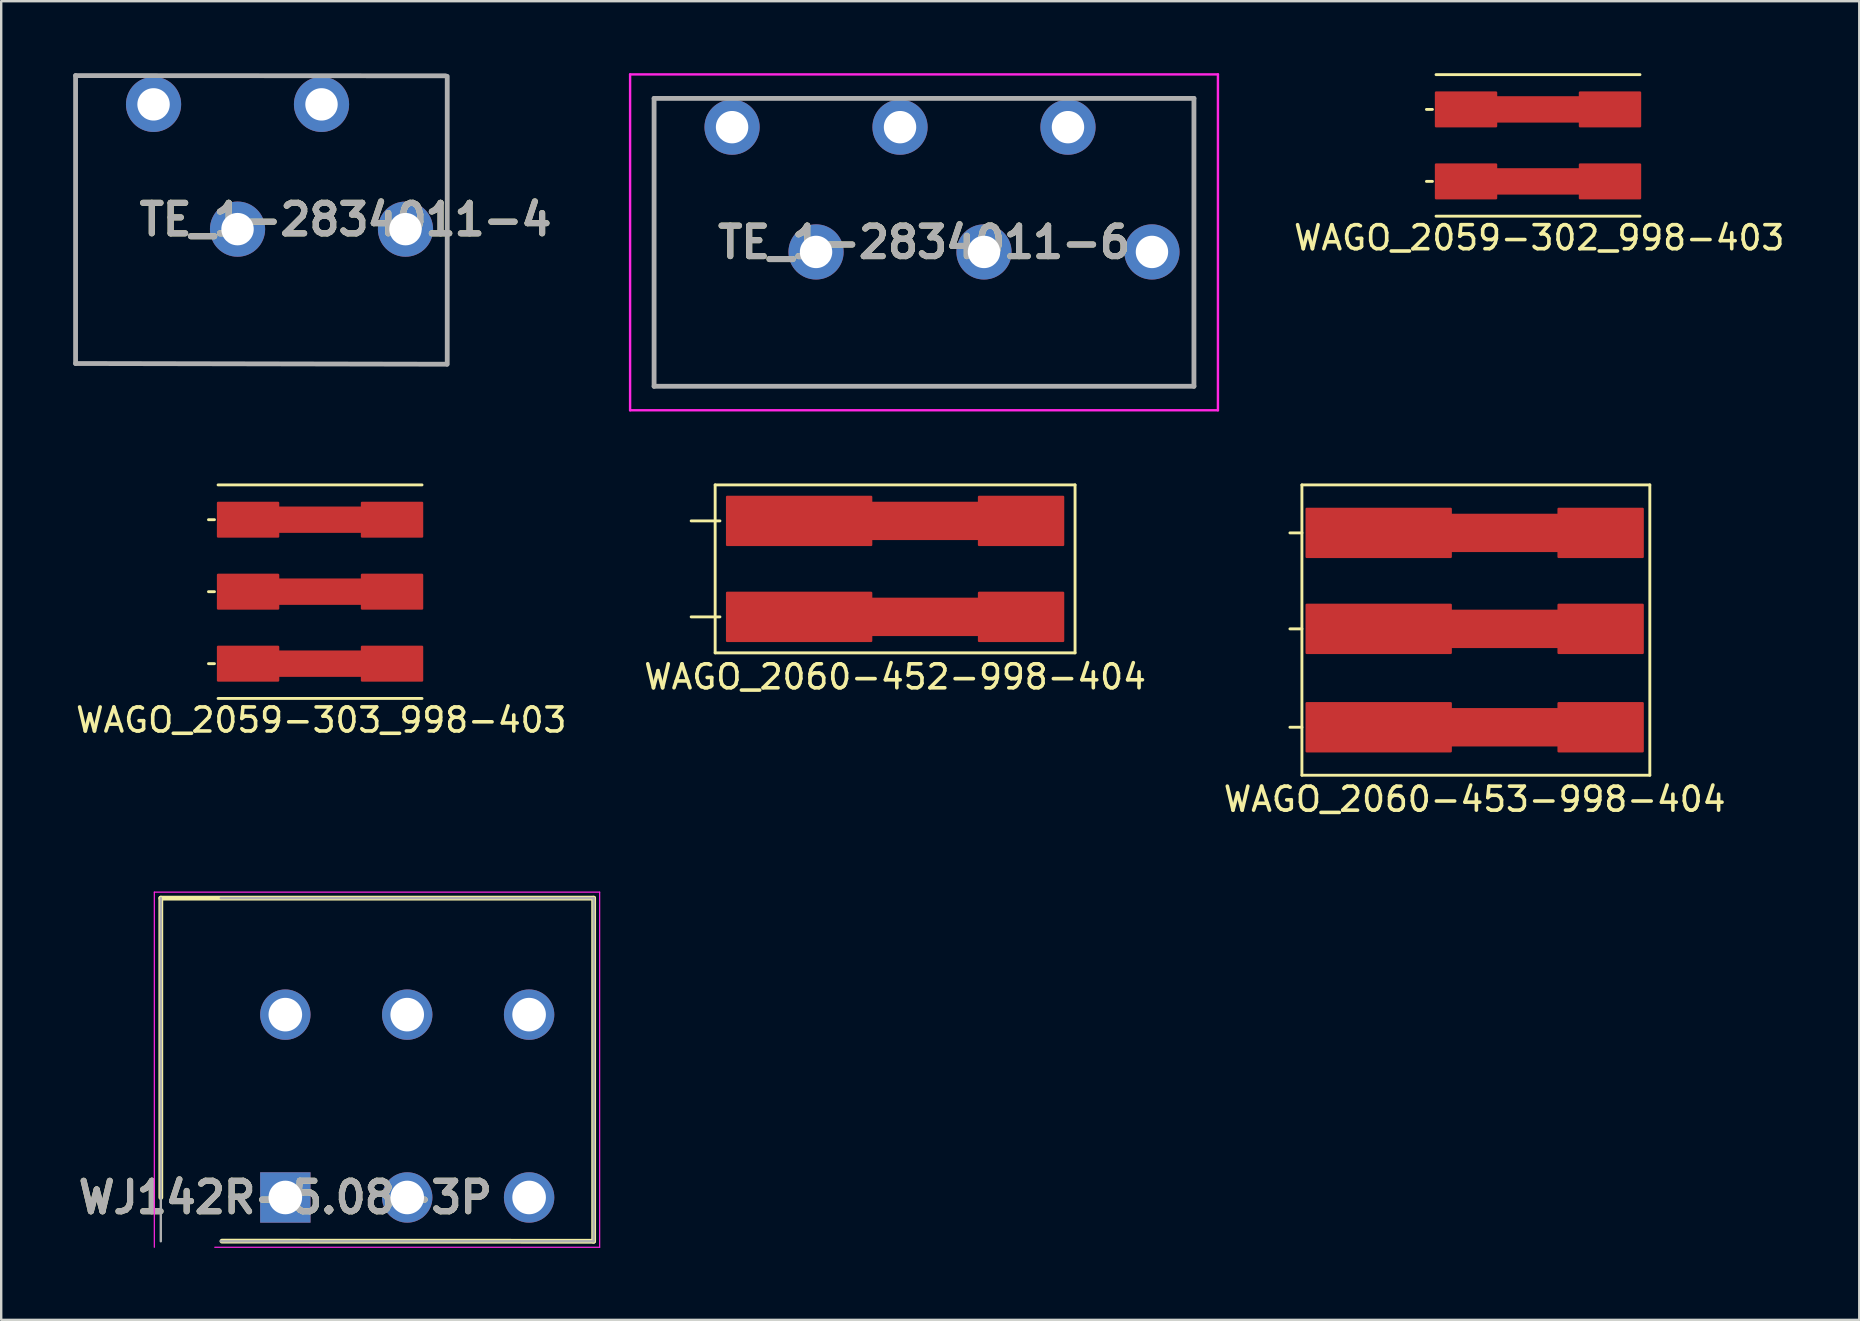
<source format=kicad_pcb>
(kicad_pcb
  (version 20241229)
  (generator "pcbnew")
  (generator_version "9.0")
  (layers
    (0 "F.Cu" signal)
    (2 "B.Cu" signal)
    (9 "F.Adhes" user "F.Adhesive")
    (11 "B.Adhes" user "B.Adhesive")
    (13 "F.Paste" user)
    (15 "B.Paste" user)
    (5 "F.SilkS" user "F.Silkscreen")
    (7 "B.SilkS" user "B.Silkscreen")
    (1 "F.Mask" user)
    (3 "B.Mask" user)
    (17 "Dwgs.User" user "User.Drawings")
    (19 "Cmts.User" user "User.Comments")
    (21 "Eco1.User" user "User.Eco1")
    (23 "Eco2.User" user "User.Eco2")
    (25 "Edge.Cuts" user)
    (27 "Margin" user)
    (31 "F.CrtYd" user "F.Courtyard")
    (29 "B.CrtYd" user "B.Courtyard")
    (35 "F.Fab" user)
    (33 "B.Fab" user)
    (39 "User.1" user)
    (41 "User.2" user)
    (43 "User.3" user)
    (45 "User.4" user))
  (footprint "WJ142R-5.08-3P"
    (layer "F.Cu")
    (at 8.842 46.858)
    (property "Reference" "WJ142R-5.08-3P" (at 0 0 0) (layer "F.SilkS") (effects (font (size 1.27 1.27) (thickness 0.254))))
    (attr through_hole)
    (fp_line (start -5.19 -12.475) (end -5.19 0) (stroke (width 0.2) (type solid)) (layer "F.SilkS"))
    (fp_line (start -2.64 1.82) (end 12.85 1.825) (stroke (width 0.2) (type solid)) (layer "F.SilkS"))
    (fp_line (start 12.85 -12.475) (end -5.19 -12.475) (stroke (width 0.2) (type solid)) (layer "F.SilkS"))
    (fp_line (start 12.85 1.825) (end 12.85 -12.475) (stroke (width 0.2) (type solid)) (layer "F.SilkS"))
    (fp_line (start -5.46 -12.725) (end 13.1 -12.725) (stroke (width 0.05) (type solid)) (layer "F.CrtYd"))
    (fp_line (start -5.46 2.075) (end -5.46 -12.725) (stroke (width 0.05) (type solid)) (layer "F.CrtYd"))
    (fp_line (start 13.1 -12.725) (end 13.1 2.075) (stroke (width 0.05) (type solid)) (layer "F.CrtYd"))
    (fp_line (start 13.1 2.075) (end -2.94 2.075) (stroke (width 0.05) (type solid)) (layer "F.CrtYd"))
    (fp_line (start -5.19 1.825) (end -5.19 -12.475) (stroke (width 0.1) (type solid)) (layer "F.Fab"))
    (fp_line (start -2.69 -12.475) (end 12.85 -12.475) (stroke (width 0.1) (type solid)) (layer "F.Fab"))
    (fp_line (start 12.85 -12.475) (end 12.85 1.825) (stroke (width 0.1) (type solid)) (layer "F.Fab"))
    (fp_line (start 12.85 1.825) (end -2.69 1.825) (stroke (width 0.1) (type solid)) (layer "F.Fab"))
    (fp_text user "${REFERENCE}" (at 0 0 0) (layer "F.Fab") (effects (font (size 1.27 1.27) (thickness 0.254))))
    (pad "1" thru_hole rect (at 0 0) (size 2.1 2.1) (drill 1.4) (layers "*.Cu" "*.Mask"))
    (pad "2" thru_hole circle (at 0 -7.62) (size 2.1 2.1) (drill 1.4) (layers "*.Cu" "*.Mask"))
    (pad "3" thru_hole circle (at 5.08 0) (size 2.1 2.1) (drill 1.4) (layers "*.Cu" "*.Mask"))
    (pad "4" thru_hole circle (at 5.08 -7.62) (size 2.1 2.1) (drill 1.4) (layers "*.Cu" "*.Mask"))
    (pad "5" thru_hole circle (at 10.16 0) (size 2.1 2.1) (drill 1.4) (layers "*.Cu" "*.Mask"))
    (pad "6" thru_hole circle (at 10.16 -7.62) (size 2.1 2.1) (drill 1.4) (layers "*.Cu" "*.Mask")))
  (footprint "TE_1-2834011-4"
    (layer "F.Cu")
    (at 3.35 1.3)
    (property "Reference" "TE_1-2834011-4" (at 8 4.8 0) (layer "F.SilkS") (effects (font (size 1.27 1.27) (thickness 0.254))))
    (attr through_hole)
    (fp_line (start -3.25 -1.2) (end 12.23 -1.2) (stroke (width 0.1) (type solid)) (layer "F.SilkS"))
    (fp_line (start -3.25 10.8) (end -3.25 -1.2) (stroke (width 0.1) (type solid)) (layer "F.SilkS"))
    (fp_line (start 12.24 -1.2) (end 12.24 10.8) (stroke (width 0.1) (type solid)) (layer "F.SilkS"))
    (fp_line (start 12.24 10.79) (end -3.25 10.8) (stroke (width 0.1) (type solid)) (layer "F.SilkS"))
    (fp_line (start -3.25 -1.2) (end 12.17 -1.19) (stroke (width 0.2) (type solid)) (layer "F.Fab"))
    (fp_line (start -3.25 10.8) (end -3.25 -1.2) (stroke (width 0.2) (type solid)) (layer "F.Fab"))
    (fp_line (start 12.22 10.83) (end -3.25 10.8) (stroke (width 0.2) (type solid)) (layer "F.Fab"))
    (fp_line (start 12.24 -1.17) (end 12.24 10.83) (stroke (width 0.2) (type solid)) (layer "F.Fab"))
    (fp_text user "${REFERENCE}" (at 8 4.8 0) (layer "F.Fab") (effects (font (size 1.27 1.27) (thickness 0.254))))
    (pad "1" thru_hole circle (at 0 0) (size 2.3 2.3) (drill 1.35) (layers "*.Cu" "*.Mask"))
    (pad "2" thru_hole circle (at 3.5 5.2) (size 2.3 2.3) (drill 1.35) (layers "*.Cu" "*.Mask"))
    (pad "3" thru_hole circle (at 7 0) (size 2.3 2.3) (drill 1.35) (layers "*.Cu" "*.Mask"))
    (pad "4" thru_hole circle (at 10.5 5.2) (size 2.3 2.3) (drill 1.35) (layers "*.Cu" "*.Mask")))
  (footprint "WAGO_2060-453-998-404"
    (layer "F.Cu")
    (at 58.411 23.16)
    (property "Reference" "WAGO_2060-453-998-404" (at 0 7.1 0) (layer "F.SilkS") (effects (font (size 1 1) (thickness 0.15))))
    (attr smd)
    (fp_poly (pts (xy -7 -3) (xy -7 -5) (xy -1 -5) (xy -1 -3)) (stroke (width 0.1) (type solid)) (fill yes) (layer "F.Cu"))
    (fp_poly (pts (xy -7 -1) (xy -7 1) (xy -1 1) (xy -1 -1)) (stroke (width 0.1) (type solid)) (fill yes) (layer "F.Cu"))
    (fp_poly (pts (xy -7 3.1) (xy -7 5.1) (xy -1 5.1) (xy -1 3.1)) (stroke (width 0.1) (type solid)) (fill yes) (layer "F.Cu"))
    (fp_poly (pts (xy 3.5 -3.25) (xy -1 -3.25) (xy -1 -4.75) (xy 3.5 -4.75)) (stroke (width 0.1) (type solid)) (fill yes) (layer "F.Cu"))
    (fp_poly (pts (xy 3.5 -1) (xy 7 -1) (xy 7 1) (xy 3.5 1)) (stroke (width 0.1) (type solid)) (fill yes) (layer "F.Cu"))
    (fp_poly (pts (xy 3.5 -0.75) (xy -1 -0.75) (xy -1 0.75) (xy 3.5 0.75)) (stroke (width 0.1) (type solid)) (fill yes) (layer "F.Cu"))
    (fp_poly (pts (xy 3.5 3.1) (xy 7 3.1) (xy 7 5.1) (xy 3.5 5.1)) (stroke (width 0.1) (type solid)) (fill yes) (layer "F.Cu"))
    (fp_poly (pts (xy 3.5 3.35) (xy -1 3.35) (xy -1 4.85) (xy 3.5 4.85)) (stroke (width 0.1) (type solid)) (fill yes) (layer "F.Cu"))
    (fp_poly (pts (xy 7 -5) (xy 3.5 -5) (xy 3.5 -3) (xy 7 -3)) (stroke (width 0.1) (type solid)) (fill yes) (layer "F.Cu"))
    (fp_poly (pts (xy -7 -3) (xy -7 -5) (xy -1 -5) (xy -1 -3)) (stroke (width 0.1) (type solid)) (fill yes) (layer "F.Mask"))
    (fp_poly (pts (xy -7 -1) (xy -7 1) (xy -1 1) (xy -1 -1)) (stroke (width 0.1) (type solid)) (fill yes) (layer "F.Mask"))
    (fp_poly (pts (xy -7 3.1) (xy -7 5.1) (xy -1 5.1) (xy -1 3.1)) (stroke (width 0.1) (type solid)) (fill yes) (layer "F.Mask"))
    (fp_poly (pts (xy 3.5 -1) (xy 7 -1) (xy 7 1) (xy 3.5 1)) (stroke (width 0.1) (type solid)) (fill yes) (layer "F.Mask"))
    (fp_poly (pts (xy 3.5 3.1) (xy 7 3.1) (xy 7 5.1) (xy 3.5 5.1)) (stroke (width 0.1) (type solid)) (fill yes) (layer "F.Mask"))
    (fp_poly (pts (xy 7 -5) (xy 3.5 -5) (xy 3.5 -3) (xy 7 -3)) (stroke (width 0.1) (type solid)) (fill yes) (layer "F.Mask"))
    (fp_line (start -7.2 -6) (end 7.3 -6) (stroke (width 0.12) (type solid)) (layer "F.SilkS"))
    (fp_line (start -7.2 -4) (end -7.7 -4) (stroke (width 0.12) (type solid)) (layer "F.SilkS"))
    (fp_line (start -7.2 0) (end -7.7 0) (stroke (width 0.12) (type solid)) (layer "F.SilkS"))
    (fp_line (start -7.2 4.1) (end -7.7 4.1) (stroke (width 0.12) (type solid)) (layer "F.SilkS"))
    (fp_line (start -7.2 6.1) (end -7.2 -6) (stroke (width 0.12) (type solid)) (layer "F.SilkS"))
    (fp_line (start 7.3 -6) (end 7.3 6.1) (stroke (width 0.12) (type solid)) (layer "F.SilkS"))
    (fp_line (start 7.3 6.1) (end -7.2 6.1) (stroke (width 0.12) (type solid)) (layer "F.SilkS"))
    (fp_poly (pts (xy -6.8 -4.8) (xy -1.2 -4.8) (xy -1.2 -3.2) (xy -6.8 -3.2)) (stroke (width 0.1) (type solid)) (fill yes) (layer "F.Paste"))
    (fp_poly (pts (xy -6.8 -0.8) (xy -6.8 0.8) (xy -1.2 0.8) (xy -1.2 -0.8)) (stroke (width 0.1) (type solid)) (fill yes) (layer "F.Paste"))
    (fp_poly (pts (xy -6.8 3.3) (xy -6.8 4.9) (xy -1.2 4.9) (xy -1.2 3.3)) (stroke (width 0.1) (type solid)) (fill yes) (layer "F.Paste"))
    (fp_poly (pts (xy 3.7 -0.8) (xy 6.8 -0.8) (xy 6.8 0.8) (xy 3.7 0.8)) (stroke (width 0.1) (type solid)) (fill yes) (layer "F.Paste"))
    (fp_poly (pts (xy 3.7 3.3) (xy 6.8 3.3) (xy 6.8 4.9) (xy 3.7 4.9)) (stroke (width 0.1) (type solid)) (fill yes) (layer "F.Paste"))
    (fp_poly (pts (xy 6.8 -4.8) (xy 3.7 -4.8) (xy 3.7 -3.2) (xy 6.8 -3.2)) (stroke (width 0.1) (type solid)) (fill yes) (layer "F.Paste"))
    (pad "1" smd circle (at 5.25 -4) (size 1.524 1.524) (layers "F.Cu" "F.Mask" "F.Paste"))
    (pad "2" smd circle (at 5.25 0) (size 1.524 1.524) (layers "F.Cu" "F.Mask" "F.Paste"))
    (pad "3" smd circle (at 5.25 4.1) (size 1.524 1.524) (layers "F.Cu" "F.Mask" "F.Paste")))
  (footprint "TE_1-2834011-6"
    (layer "F.Cu")
    (at 27.461 2.25)
    (property "Reference" "TE_1-2834011-6" (at 8 4.8 0) (layer "F.SilkS") (effects (font (size 1.27 1.27) (thickness 0.254))))
    (attr through_hole)
    (fp_line (start -3.25 -1.2) (end 19.25 -1.2) (stroke (width 0.1) (type solid)) (layer "F.SilkS"))
    (fp_line (start -3.25 10.8) (end -3.25 -1.2) (stroke (width 0.1) (type solid)) (layer "F.SilkS"))
    (fp_line (start 19.25 -1.2) (end 19.25 10.8) (stroke (width 0.1) (type solid)) (layer "F.SilkS"))
    (fp_line (start 19.25 10.8) (end -3.25 10.8) (stroke (width 0.1) (type solid)) (layer "F.SilkS"))
    (fp_line (start -4.25 -2.2) (end 20.25 -2.2) (stroke (width 0.1) (type solid)) (layer "F.CrtYd"))
    (fp_line (start -4.25 11.8) (end -4.25 -2.2) (stroke (width 0.1) (type solid)) (layer "F.CrtYd"))
    (fp_line (start 20.25 -2.2) (end 20.25 11.8) (stroke (width 0.1) (type solid)) (layer "F.CrtYd"))
    (fp_line (start 20.25 11.8) (end -4.25 11.8) (stroke (width 0.1) (type solid)) (layer "F.CrtYd"))
    (fp_line (start -3.25 -1.2) (end 19.25 -1.2) (stroke (width 0.2) (type solid)) (layer "F.Fab"))
    (fp_line (start -3.25 10.8) (end -3.25 -1.2) (stroke (width 0.2) (type solid)) (layer "F.Fab"))
    (fp_line (start 19.25 -1.2) (end 19.25 10.8) (stroke (width 0.2) (type solid)) (layer "F.Fab"))
    (fp_line (start 19.25 10.8) (end -3.25 10.8) (stroke (width 0.2) (type solid)) (layer "F.Fab"))
    (fp_text user "${REFERENCE}" (at 8 4.8 0) (layer "F.Fab") (effects (font (size 1.27 1.27) (thickness 0.254))))
    (pad "1" thru_hole circle (at 0 0) (size 2.3 2.3) (drill 1.35) (layers "*.Cu" "*.Mask"))
    (pad "2" thru_hole circle (at 3.5 5.2) (size 2.3 2.3) (drill 1.35) (layers "*.Cu" "*.Mask"))
    (pad "3" thru_hole circle (at 7 0) (size 2.3 2.3) (drill 1.35) (layers "*.Cu" "*.Mask"))
    (pad "4" thru_hole circle (at 10.5 5.2) (size 2.3 2.3) (drill 1.35) (layers "*.Cu" "*.Mask"))
    (pad "5" thru_hole circle (at 14 0) (size 2.3 2.3) (drill 1.35) (layers "*.Cu" "*.Mask"))
    (pad "6" thru_hole circle (at 17.5 5.2) (size 2.3 2.3) (drill 1.35) (layers "*.Cu" "*.Mask")))
  (footprint "WAGO_2060-452-998-404"
    (layer "F.Cu")
    (at 34.256 20.66)
    (property "Reference" "WAGO_2060-452-998-404" (at 0 4.5 0) (layer "F.SilkS") (effects (font (size 1 1) (thickness 0.15))))
    (attr smd)
    (fp_poly (pts (xy -7 -1) (xy -7 -3) (xy -1 -3) (xy -1 -1)) (stroke (width 0.1) (type solid)) (fill yes) (layer "F.Cu"))
    (fp_poly (pts (xy -7 1) (xy -7 3) (xy -1 3) (xy -1 1)) (stroke (width 0.1) (type solid)) (fill yes) (layer "F.Cu"))
    (fp_poly (pts (xy 3.5 -1.25) (xy -1 -1.25) (xy -1 -2.75) (xy 3.5 -2.75)) (stroke (width 0.1) (type solid)) (fill yes) (layer "F.Cu"))
    (fp_poly (pts (xy 3.5 1) (xy 7 1) (xy 7 3) (xy 3.5 3)) (stroke (width 0.1) (type solid)) (fill yes) (layer "F.Cu"))
    (fp_poly (pts (xy 3.5 1.25) (xy -1 1.25) (xy -1 2.75) (xy 3.5 2.75)) (stroke (width 0.1) (type solid)) (fill yes) (layer "F.Cu"))
    (fp_poly (pts (xy 7 -3) (xy 3.5 -3) (xy 3.5 -1) (xy 7 -1)) (stroke (width 0.1) (type solid)) (fill yes) (layer "F.Cu"))
    (fp_poly (pts (xy -7 -1) (xy -7 -3) (xy -1 -3) (xy -1 -1)) (stroke (width 0.1) (type solid)) (fill yes) (layer "F.Mask"))
    (fp_poly (pts (xy -7 1) (xy -7 3) (xy -1 3) (xy -1 1)) (stroke (width 0.1) (type solid)) (fill yes) (layer "F.Mask"))
    (fp_poly (pts (xy 3.5 1) (xy 7 1) (xy 7 3) (xy 3.5 3)) (stroke (width 0.1) (type solid)) (fill yes) (layer "F.Mask"))
    (fp_poly (pts (xy 7 -3) (xy 3.5 -3) (xy 3.5 -1) (xy 7 -1)) (stroke (width 0.1) (type solid)) (fill yes) (layer "F.Mask"))
    (fp_line (start -7.5 -3.5) (end 7.5 -3.5) (stroke (width 0.12) (type solid)) (layer "F.SilkS"))
    (fp_line (start -7.5 3.5) (end -7.5 -3.5) (stroke (width 0.12) (type solid)) (layer "F.SilkS"))
    (fp_line (start -7.3 -2) (end -8.5 -2) (stroke (width 0.12) (type solid)) (layer "F.SilkS"))
    (fp_line (start -7.3 2) (end -8.5 2) (stroke (width 0.12) (type solid)) (layer "F.SilkS"))
    (fp_line (start 7.5 -3.5) (end 7.5 3.5) (stroke (width 0.12) (type solid)) (layer "F.SilkS"))
    (fp_line (start 7.5 3.5) (end -7.5 3.5) (stroke (width 0.12) (type solid)) (layer "F.SilkS"))
    (fp_poly (pts (xy -6.8 -2.8) (xy -1.2 -2.8) (xy -1.2 -1.2) (xy -6.8 -1.2)) (stroke (width 0.1) (type solid)) (fill yes) (layer "F.Paste"))
    (fp_poly (pts (xy -6.8 1.2) (xy -6.8 2.8) (xy -1.2 2.8) (xy -1.2 1.2)) (stroke (width 0.1) (type solid)) (fill yes) (layer "F.Paste"))
    (fp_poly (pts (xy 3.7 1.2) (xy 6.8 1.2) (xy 6.8 2.8) (xy 3.7 2.8)) (stroke (width 0.1) (type solid)) (fill yes) (layer "F.Paste"))
    (fp_poly (pts (xy 6.8 -2.8) (xy 3.7 -2.8) (xy 3.7 -1.2) (xy 6.8 -1.2)) (stroke (width 0.1) (type solid)) (fill yes) (layer "F.Paste"))
    (pad "1" smd circle (at 5.25 -2) (size 1.524 1.524) (layers "F.Cu" "F.Mask" "F.Paste"))
    (pad "2" smd circle (at 5.25 2) (size 1.524 1.524) (layers "F.Cu" "F.Mask" "F.Paste")))
  (footprint "WAGO_2059-303_998-403"
    (layer "F.Cu")
    (at 10.289 21.61)
    (property "Reference" "WAGO_2059-303_998-403" (at 0.05 5.35 0) (layer "F.SilkS") (effects (font (size 1 1) (thickness 0.15))))
    (attr through_hole)
    (fp_poly (pts (xy -4.25 -3.7) (xy -4.25 -2.3) (xy -1.75 -2.3) (xy -1.75 -3.7)) (stroke (width 0.1) (type solid)) (fill yes) (layer "F.Cu"))
    (fp_poly (pts (xy -4.25 -0.7) (xy -4.25 0.7) (xy -1.75 0.7) (xy -1.75 -0.7)) (stroke (width 0.1) (type solid)) (fill yes) (layer "F.Cu"))
    (fp_poly (pts (xy -4.25 2.3) (xy -4.25 3.7) (xy -1.75 3.7) (xy -1.75 2.3)) (stroke (width 0.1) (type solid)) (fill yes) (layer "F.Cu"))
    (fp_poly (pts (xy -1.75 -3.5) (xy 1.75 -3.5) (xy 1.75 -2.5) (xy -1.75 -2.5)) (stroke (width 0.1) (type solid)) (fill yes) (layer "F.Cu"))
    (fp_poly (pts (xy -1.75 -0.5) (xy 1.75 -0.5) (xy 1.75 0.5) (xy -1.75 0.5)) (stroke (width 0.1) (type solid)) (fill yes) (layer "F.Cu"))
    (fp_poly (pts (xy -1.75 2.5) (xy 1.75 2.5) (xy 1.75 3.5) (xy -1.75 3.5)) (stroke (width 0.1) (type solid)) (fill yes) (layer "F.Cu"))
    (fp_poly (pts (xy 4.25 -2.3) (xy 4.25 -3.7) (xy 1.75 -3.7) (xy 1.75 -2.3)) (stroke (width 0.1) (type solid)) (fill yes) (layer "F.Cu"))
    (fp_poly (pts (xy 4.25 0.7) (xy 4.25 -0.7) (xy 1.75 -0.7) (xy 1.75 0.7)) (stroke (width 0.1) (type solid)) (fill yes) (layer "F.Cu"))
    (fp_poly (pts (xy 4.25 3.7) (xy 4.25 2.3) (xy 1.75 2.3) (xy 1.75 3.7)) (stroke (width 0.1) (type solid)) (fill yes) (layer "F.Cu"))
    (fp_poly (pts (xy -4.25 -3.7) (xy -4.25 -2.3) (xy -1.75 -2.3) (xy -1.75 -3.7)) (stroke (width 0.1) (type solid)) (fill yes) (layer "F.Mask"))
    (fp_poly (pts (xy -4.25 -0.7) (xy -4.25 0.7) (xy -1.75 0.7) (xy -1.75 -0.7)) (stroke (width 0.1) (type solid)) (fill yes) (layer "F.Mask"))
    (fp_poly (pts (xy -4.25 2.3) (xy -4.25 3.7) (xy -1.75 3.7) (xy -1.75 2.3)) (stroke (width 0.1) (type solid)) (fill yes) (layer "F.Mask"))
    (fp_poly (pts (xy 4.25 -2.3) (xy 4.25 -3.7) (xy 1.75 -3.7) (xy 1.75 -2.3)) (stroke (width 0.1) (type solid)) (fill yes) (layer "F.Mask"))
    (fp_poly (pts (xy 4.25 0.7) (xy 4.25 -0.7) (xy 1.75 -0.7) (xy 1.75 0.7)) (stroke (width 0.1) (type solid)) (fill yes) (layer "F.Mask"))
    (fp_poly (pts (xy 4.25 3.7) (xy 4.25 2.3) (xy 1.75 2.3) (xy 1.75 3.7)) (stroke (width 0.1) (type solid)) (fill yes) (layer "F.Mask"))
    (fp_line (start -4.4 -3) (end -4.65 -3) (stroke (width 0.12) (type solid)) (layer "F.SilkS"))
    (fp_line (start -4.4 0) (end -4.65 0) (stroke (width 0.12) (type solid)) (layer "F.SilkS"))
    (fp_line (start -4.4 3) (end -4.65 3) (stroke (width 0.12) (type solid)) (layer "F.SilkS"))
    (fp_line (start -4.25 -4.45) (end 4.25 -4.45) (stroke (width 0.12) (type solid)) (layer "F.SilkS"))
    (fp_line (start -4.25 4.45) (end 4.25 4.45) (stroke (width 0.12) (type solid)) (layer "F.SilkS"))
    (fp_poly (pts (xy -4.15 -3.6) (xy -1.85 -3.6) (xy -1.85 -2.4) (xy -4.15 -2.4)) (stroke (width 0.1) (type solid)) (fill yes) (layer "F.Paste"))
    (fp_poly (pts (xy -4.15 -0.6) (xy -1.85 -0.6) (xy -1.85 0.6) (xy -4.15 0.6)) (stroke (width 0.1) (type solid)) (fill yes) (layer "F.Paste"))
    (fp_poly (pts (xy -4.15 2.4) (xy -1.85 2.4) (xy -1.85 3.6) (xy -4.15 3.6)) (stroke (width 0.1) (type solid)) (fill yes) (layer "F.Paste"))
    (fp_poly (pts (xy 1.85 -3.6) (xy 4.15 -3.6) (xy 4.15 -2.4) (xy 1.85 -2.4)) (stroke (width 0.1) (type solid)) (fill yes) (layer "F.Paste"))
    (fp_poly (pts (xy 1.85 -0.6) (xy 4.15 -0.6) (xy 4.15 0.6) (xy 1.85 0.6)) (stroke (width 0.1) (type solid)) (fill yes) (layer "F.Paste"))
    (fp_poly (pts (xy 1.85 2.4) (xy 4.15 2.4) (xy 4.15 3.6) (xy 1.85 3.6)) (stroke (width 0.1) (type solid)) (fill yes) (layer "F.Paste"))
    (pad "1" smd circle (at 3.1 3.05 270) (size 1 1) (layers "F.Cu" "F.Mask" "F.Paste"))
    (pad "2" smd circle (at 3.1 0.05 270) (size 1 1) (layers "F.Cu" "F.Mask" "F.Paste"))
    (pad "3" smd circle (at 3.1 -2.95 270) (size 1 1) (layers "F.Cu" "F.Mask" "F.Paste")))
  (footprint "WAGO_2059-302_998-403"
    (layer "F.Cu")
    (at 61.051 3.01)
    (property "Reference" "WAGO_2059-302_998-403" (at 0.05 3.85 0) (layer "F.SilkS") (effects (font (size 1 1) (thickness 0.15))))
    (attr through_hole)
    (fp_poly (pts (xy -4.25 -2.2) (xy -4.25 -0.8) (xy -1.75 -0.8) (xy -1.75 -2.2)) (stroke (width 0.1) (type solid)) (fill yes) (layer "F.Cu"))
    (fp_poly (pts (xy -4.25 0.8) (xy -4.25 2.2) (xy -1.75 2.2) (xy -1.75 0.8)) (stroke (width 0.1) (type solid)) (fill yes) (layer "F.Cu"))
    (fp_poly (pts (xy -1.75 -2) (xy 1.75 -2) (xy 1.75 -1) (xy -1.75 -1)) (stroke (width 0.1) (type solid)) (fill yes) (layer "F.Cu"))
    (fp_poly (pts (xy -1.75 1) (xy 1.75 1) (xy 1.75 2) (xy -1.75 2)) (stroke (width 0.1) (type solid)) (fill yes) (layer "F.Cu"))
    (fp_poly (pts (xy 4.25 -0.8) (xy 4.25 -2.2) (xy 1.75 -2.2) (xy 1.75 -0.8)) (stroke (width 0.1) (type solid)) (fill yes) (layer "F.Cu"))
    (fp_poly (pts (xy 4.25 2.2) (xy 4.25 0.8) (xy 1.75 0.8) (xy 1.75 2.2)) (stroke (width 0.1) (type solid)) (fill yes) (layer "F.Cu"))
    (fp_poly (pts (xy -4.25 -2.2) (xy -4.25 -0.8) (xy -1.75 -0.8) (xy -1.75 -2.2)) (stroke (width 0.1) (type solid)) (fill yes) (layer "F.Mask"))
    (fp_poly (pts (xy -4.25 0.8) (xy -4.25 2.2) (xy -1.75 2.2) (xy -1.75 0.8)) (stroke (width 0.1) (type solid)) (fill yes) (layer "F.Mask"))
    (fp_poly (pts (xy 4.25 -0.8) (xy 4.25 -2.2) (xy 1.75 -2.2) (xy 1.75 -0.8)) (stroke (width 0.1) (type solid)) (fill yes) (layer "F.Mask"))
    (fp_poly (pts (xy 4.25 2.2) (xy 4.25 0.8) (xy 1.75 0.8) (xy 1.75 2.2)) (stroke (width 0.1) (type solid)) (fill yes) (layer "F.Mask"))
    (fp_line (start -4.4 -1.5) (end -4.65 -1.5) (stroke (width 0.12) (type solid)) (layer "F.SilkS"))
    (fp_line (start -4.4 1.5) (end -4.65 1.5) (stroke (width 0.12) (type solid)) (layer "F.SilkS"))
    (fp_line (start -4.25 -2.95) (end 4.25 -2.95) (stroke (width 0.12) (type solid)) (layer "F.SilkS"))
    (fp_line (start -4.25 2.95) (end 4.25 2.95) (stroke (width 0.12) (type solid)) (layer "F.SilkS"))
    (fp_poly (pts (xy -4.15 -2.1) (xy -1.85 -2.1) (xy -1.85 -0.9) (xy -4.15 -0.9)) (stroke (width 0.1) (type solid)) (fill yes) (layer "F.Paste"))
    (fp_poly (pts (xy -4.15 0.9) (xy -1.85 0.9) (xy -1.85 2.1) (xy -4.15 2.1)) (stroke (width 0.1) (type solid)) (fill yes) (layer "F.Paste"))
    (fp_poly (pts (xy 1.85 -2.1) (xy 4.15 -2.1) (xy 4.15 -0.9) (xy 1.85 -0.9)) (stroke (width 0.1) (type solid)) (fill yes) (layer "F.Paste"))
    (fp_poly (pts (xy 1.85 0.9) (xy 4.15 0.9) (xy 4.15 2.1) (xy 1.85 2.1)) (stroke (width 0.1) (type solid)) (fill yes) (layer "F.Paste"))
    (pad "1" smd circle (at 3.1 1.55 270) (size 1 1) (layers "F.Cu" "F.Mask" "F.Paste"))
    (pad "2" smd circle (at 3.1 -1.45 270) (size 1 1) (layers "F.Cu" "F.Mask" "F.Paste")))
  (gr_rect
    (start -3 -3)
    (end 74.44 51.958)
    (stroke (width 0.1) (type default))
    (fill no)
    (layer "Edge.Cuts")))
</source>
